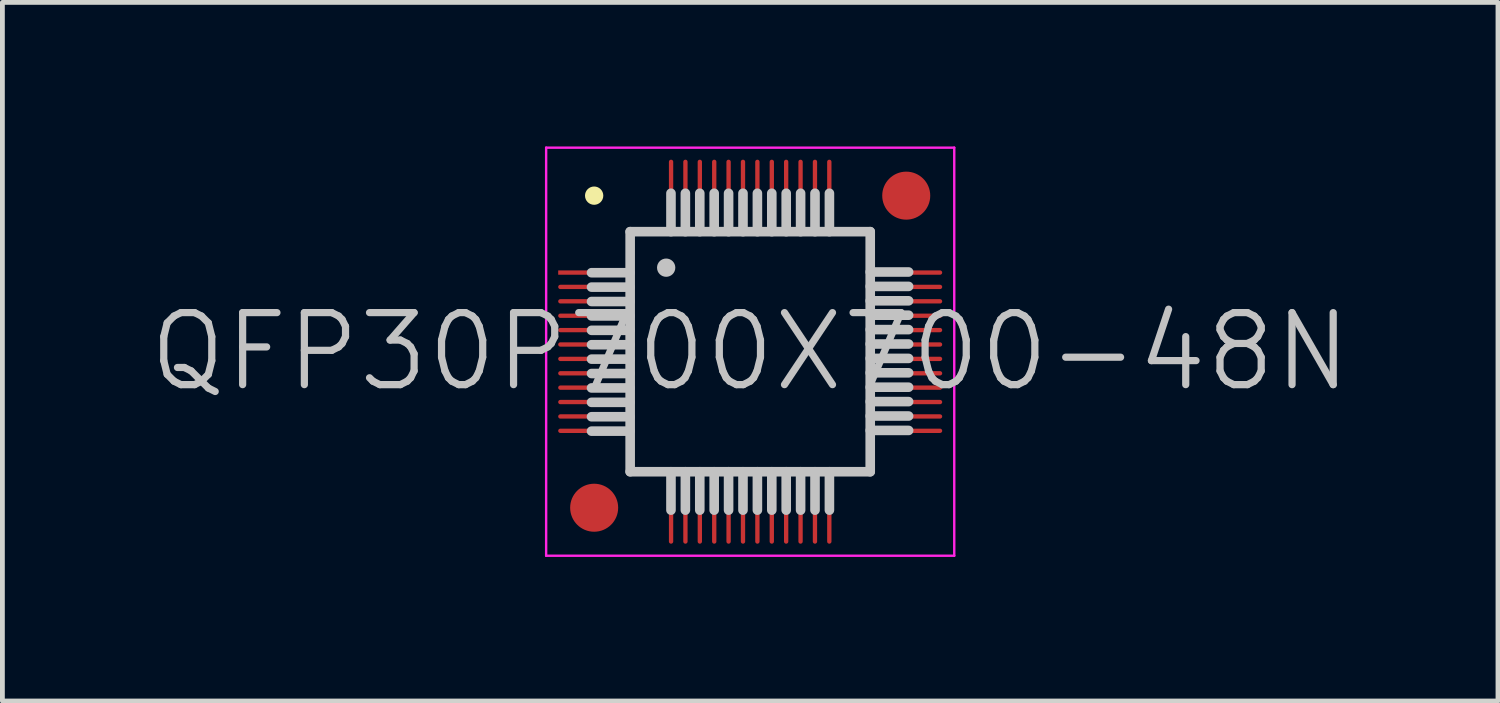
<source format=kicad_pcb>
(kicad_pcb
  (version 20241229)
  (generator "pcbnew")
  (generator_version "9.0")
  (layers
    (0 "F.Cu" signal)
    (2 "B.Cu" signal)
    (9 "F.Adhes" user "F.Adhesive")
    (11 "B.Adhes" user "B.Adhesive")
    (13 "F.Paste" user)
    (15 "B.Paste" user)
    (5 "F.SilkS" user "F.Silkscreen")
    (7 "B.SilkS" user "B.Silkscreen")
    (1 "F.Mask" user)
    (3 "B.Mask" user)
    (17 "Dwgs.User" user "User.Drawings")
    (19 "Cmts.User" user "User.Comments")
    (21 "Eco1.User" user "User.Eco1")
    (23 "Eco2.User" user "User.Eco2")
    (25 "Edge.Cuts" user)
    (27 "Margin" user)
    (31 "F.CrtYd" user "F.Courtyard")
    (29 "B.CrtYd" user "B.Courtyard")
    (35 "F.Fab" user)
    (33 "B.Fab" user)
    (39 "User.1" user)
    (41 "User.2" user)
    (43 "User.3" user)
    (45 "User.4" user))
  (footprint "QFP30P700X700-48N"
    (layer "F.Cu")
    (at 12.575 4.275)
    (property "Reference" "QFP30P700X700-48N" (at 0 0 0) (layer "Dwgs.User") (effects (font (size 1.5 1.5) (thickness 0.15))))
    (attr smd)
    (fp_line (start -3.25 -3.25) (end -3.25 -3.25) (stroke (width 0.381) (type solid)) (layer "F.SilkS"))
    (fp_line (start -2.505 -1.645) (end -3.305 -1.645) (stroke (width 0.2) (type solid)) (layer "Dwgs.User"))
    (fp_line (start -2.505 -1.345) (end -3.305 -1.345) (stroke (width 0.2) (type solid)) (layer "Dwgs.User"))
    (fp_line (start -2.505 -1.045) (end -3.305 -1.045) (stroke (width 0.2) (type solid)) (layer "Dwgs.User"))
    (fp_line (start -2.505 -0.745) (end -3.305 -0.745) (stroke (width 0.2) (type solid)) (layer "Dwgs.User"))
    (fp_line (start -2.505 -0.445) (end -3.305 -0.445) (stroke (width 0.2) (type solid)) (layer "Dwgs.User"))
    (fp_line (start -2.505 -0.145) (end -3.305 -0.145) (stroke (width 0.2) (type solid)) (layer "Dwgs.User"))
    (fp_line (start -2.505 0.155) (end -3.305 0.155) (stroke (width 0.2) (type solid)) (layer "Dwgs.User"))
    (fp_line (start -2.505 0.455) (end -3.305 0.455) (stroke (width 0.2) (type solid)) (layer "Dwgs.User"))
    (fp_line (start -2.505 0.755) (end -3.305 0.755) (stroke (width 0.2) (type solid)) (layer "Dwgs.User"))
    (fp_line (start -2.505 1.055) (end -3.305 1.055) (stroke (width 0.2) (type solid)) (layer "Dwgs.User"))
    (fp_line (start -2.505 1.355) (end -3.305 1.355) (stroke (width 0.2) (type solid)) (layer "Dwgs.User"))
    (fp_line (start -2.505 1.655) (end -3.305 1.655) (stroke (width 0.2) (type solid)) (layer "Dwgs.User"))
    (fp_line (start -2.5 -2.5) (end -2.5 2.5) (stroke (width 0.2) (type solid)) (layer "Dwgs.User"))
    (fp_line (start -2.5 -2.5) (end 2.5 -2.5) (stroke (width 0.2) (type solid)) (layer "Dwgs.User"))
    (fp_line (start -2.5 2.5) (end 2.5 2.5) (stroke (width 0.2) (type solid)) (layer "Dwgs.User"))
    (fp_line (start -1.75 -1.75) (end -1.75 -1.75) (stroke (width 0.381) (type solid)) (layer "Dwgs.User"))
    (fp_line (start -1.65 -2.5) (end -1.65 -3.3) (stroke (width 0.2) (type solid)) (layer "Dwgs.User"))
    (fp_line (start -1.65 3.3) (end -1.65 2.5) (stroke (width 0.2) (type solid)) (layer "Dwgs.User"))
    (fp_line (start -1.35 -2.5) (end -1.35 -3.3) (stroke (width 0.2) (type solid)) (layer "Dwgs.User"))
    (fp_line (start -1.35 3.3) (end -1.35 2.5) (stroke (width 0.2) (type solid)) (layer "Dwgs.User"))
    (fp_line (start -1.05 -2.5) (end -1.05 -3.3) (stroke (width 0.2) (type solid)) (layer "Dwgs.User"))
    (fp_line (start -1.05 3.3) (end -1.05 2.5) (stroke (width 0.2) (type solid)) (layer "Dwgs.User"))
    (fp_line (start -0.75 -2.5) (end -0.75 -3.3) (stroke (width 0.2) (type solid)) (layer "Dwgs.User"))
    (fp_line (start -0.75 3.3) (end -0.75 2.5) (stroke (width 0.2) (type solid)) (layer "Dwgs.User"))
    (fp_line (start -0.45 -2.5) (end -0.45 -3.3) (stroke (width 0.2) (type solid)) (layer "Dwgs.User"))
    (fp_line (start -0.45 3.3) (end -0.45 2.5) (stroke (width 0.2) (type solid)) (layer "Dwgs.User"))
    (fp_line (start -0.15 -2.5) (end -0.15 -3.3) (stroke (width 0.2) (type solid)) (layer "Dwgs.User"))
    (fp_line (start -0.15 3.3) (end -0.15 2.5) (stroke (width 0.2) (type solid)) (layer "Dwgs.User"))
    (fp_line (start 0.15 -2.5) (end 0.15 -3.3) (stroke (width 0.2) (type solid)) (layer "Dwgs.User"))
    (fp_line (start 0.15 3.3) (end 0.15 2.5) (stroke (width 0.2) (type solid)) (layer "Dwgs.User"))
    (fp_line (start 0.45 -2.5) (end 0.45 -3.3) (stroke (width 0.2) (type solid)) (layer "Dwgs.User"))
    (fp_line (start 0.45 3.3) (end 0.45 2.5) (stroke (width 0.2) (type solid)) (layer "Dwgs.User"))
    (fp_line (start 0.75 -2.5) (end 0.75 -3.3) (stroke (width 0.2) (type solid)) (layer "Dwgs.User"))
    (fp_line (start 0.75 3.3) (end 0.75 2.5) (stroke (width 0.2) (type solid)) (layer "Dwgs.User"))
    (fp_line (start 1.05 -2.5) (end 1.05 -3.3) (stroke (width 0.2) (type solid)) (layer "Dwgs.User"))
    (fp_line (start 1.05 3.3) (end 1.05 2.5) (stroke (width 0.2) (type solid)) (layer "Dwgs.User"))
    (fp_line (start 1.35 -2.5) (end 1.35 -3.3) (stroke (width 0.2) (type solid)) (layer "Dwgs.User"))
    (fp_line (start 1.35 3.3) (end 1.35 2.5) (stroke (width 0.2) (type solid)) (layer "Dwgs.User"))
    (fp_line (start 1.65 -2.5) (end 1.65 -3.3) (stroke (width 0.2) (type solid)) (layer "Dwgs.User"))
    (fp_line (start 1.65 3.3) (end 1.65 2.5) (stroke (width 0.2) (type solid)) (layer "Dwgs.User"))
    (fp_line (start 2.5 -2.5) (end 2.5 2.5) (stroke (width 0.2) (type solid)) (layer "Dwgs.User"))
    (fp_line (start 3.3 -1.66) (end 2.5 -1.66) (stroke (width 0.2) (type solid)) (layer "Dwgs.User"))
    (fp_line (start 3.3 -1.36) (end 2.5 -1.36) (stroke (width 0.2) (type solid)) (layer "Dwgs.User"))
    (fp_line (start 3.3 -1.06) (end 2.5 -1.06) (stroke (width 0.2) (type solid)) (layer "Dwgs.User"))
    (fp_line (start 3.3 -0.76) (end 2.5 -0.76) (stroke (width 0.2) (type solid)) (layer "Dwgs.User"))
    (fp_line (start 3.3 -0.46) (end 2.5 -0.46) (stroke (width 0.2) (type solid)) (layer "Dwgs.User"))
    (fp_line (start 3.3 -0.16) (end 2.5 -0.16) (stroke (width 0.2) (type solid)) (layer "Dwgs.User"))
    (fp_line (start 3.3 0.14) (end 2.5 0.14) (stroke (width 0.2) (type solid)) (layer "Dwgs.User"))
    (fp_line (start 3.3 0.44) (end 2.5 0.44) (stroke (width 0.2) (type solid)) (layer "Dwgs.User"))
    (fp_line (start 3.3 0.74) (end 2.5 0.74) (stroke (width 0.2) (type solid)) (layer "Dwgs.User"))
    (fp_line (start 3.3 1.04) (end 2.5 1.04) (stroke (width 0.2) (type solid)) (layer "Dwgs.User"))
    (fp_line (start 3.3 1.34) (end 2.5 1.34) (stroke (width 0.2) (type solid)) (layer "Dwgs.User"))
    (fp_line (start 3.3 1.64) (end 2.5 1.64) (stroke (width 0.2) (type solid)) (layer "Dwgs.User"))
    (fp_line (start -4.25 -4.25) (end -4.25 4.25) (stroke (width 0.05) (type solid)) (layer "F.CrtYd"))
    (fp_line (start -4.25 -4.25) (end 4.25 -4.25) (stroke (width 0.05) (type solid)) (layer "F.CrtYd"))
    (fp_line (start -4.25 4.25) (end 4.25 4.25) (stroke (width 0.05) (type solid)) (layer "F.CrtYd"))
    (fp_line (start 4.25 -4.25) (end 4.25 4.25) (stroke (width 0.05) (type solid)) (layer "F.CrtYd"))
    (pad "" smd circle (at -3.25 3.25) (size 1 1) (layers "F.Cu" "F.Mask"))
    (pad "" smd circle (at 3.25 -3.25) (size 1 1) (layers "F.Cu" "F.Mask"))
    (pad "1" smd rect (at -3.249 -1.648 90) (size 0.09 1.5) (layers "F.Cu" "F.Mask" "F.Paste"))
    (pad "2" smd oval (at -3.249 -1.349 90) (size 0.09 1.5) (layers "F.Cu" "F.Mask" "F.Paste"))
    (pad "3" smd oval (at -3.249 -1.049 90) (size 0.09 1.5) (layers "F.Cu" "F.Mask" "F.Paste"))
    (pad "4" smd oval (at -3.249 -0.749 90) (size 0.09 1.5) (layers "F.Cu" "F.Mask" "F.Paste"))
    (pad "5" smd oval (at -3.249 -0.45 90) (size 0.09 1.5) (layers "F.Cu" "F.Mask" "F.Paste"))
    (pad "6" smd oval (at -3.249 -0.15 90) (size 0.09 1.5) (layers "F.Cu" "F.Mask" "F.Paste"))
    (pad "7" smd oval (at -3.249 0.15 90) (size 0.09 1.5) (layers "F.Cu" "F.Mask" "F.Paste"))
    (pad "8" smd oval (at -3.249 0.45 90) (size 0.09 1.5) (layers "F.Cu" "F.Mask" "F.Paste"))
    (pad "9" smd oval (at -3.249 0.749 90) (size 0.09 1.5) (layers "F.Cu" "F.Mask" "F.Paste"))
    (pad "10" smd oval (at -3.249 1.049 90) (size 0.09 1.5) (layers "F.Cu" "F.Mask" "F.Paste"))
    (pad "11" smd oval (at -3.249 1.349 90) (size 0.09 1.5) (layers "F.Cu" "F.Mask" "F.Paste"))
    (pad "12" smd oval (at -3.249 1.648 90) (size 0.09 1.5) (layers "F.Cu" "F.Mask" "F.Paste"))
    (pad "13" smd oval (at -1.648 3.249 180) (size 0.09 1.5) (layers "F.Cu" "F.Mask" "F.Paste"))
    (pad "14" smd oval (at -1.349 3.249 180) (size 0.09 1.5) (layers "F.Cu" "F.Mask" "F.Paste"))
    (pad "15" smd oval (at -1.049 3.249 180) (size 0.09 1.5) (layers "F.Cu" "F.Mask" "F.Paste"))
    (pad "16" smd oval (at -0.749 3.249 180) (size 0.09 1.5) (layers "F.Cu" "F.Mask" "F.Paste"))
    (pad "17" smd oval (at -0.45 3.249 180) (size 0.09 1.5) (layers "F.Cu" "F.Mask" "F.Paste"))
    (pad "18" smd oval (at -0.15 3.249 180) (size 0.09 1.5) (layers "F.Cu" "F.Mask" "F.Paste"))
    (pad "19" smd oval (at 0.15 3.249 180) (size 0.09 1.5) (layers "F.Cu" "F.Mask" "F.Paste"))
    (pad "20" smd oval (at 0.45 3.249 180) (size 0.09 1.5) (layers "F.Cu" "F.Mask" "F.Paste"))
    (pad "21" smd oval (at 0.749 3.249 180) (size 0.09 1.5) (layers "F.Cu" "F.Mask" "F.Paste"))
    (pad "22" smd oval (at 1.049 3.249 180) (size 0.09 1.5) (layers "F.Cu" "F.Mask" "F.Paste"))
    (pad "23" smd oval (at 1.349 3.249 180) (size 0.09 1.5) (layers "F.Cu" "F.Mask" "F.Paste"))
    (pad "24" smd oval (at 1.648 3.249 180) (size 0.09 1.5) (layers "F.Cu" "F.Mask" "F.Paste"))
    (pad "25" smd oval (at 3.249 1.648 270) (size 0.09 1.5) (layers "F.Cu" "F.Mask" "F.Paste"))
    (pad "26" smd oval (at 3.249 1.349 270) (size 0.09 1.5) (layers "F.Cu" "F.Mask" "F.Paste"))
    (pad "27" smd oval (at 3.249 1.049 270) (size 0.09 1.5) (layers "F.Cu" "F.Mask" "F.Paste"))
    (pad "28" smd oval (at 3.249 0.749 270) (size 0.09 1.5) (layers "F.Cu" "F.Mask" "F.Paste"))
    (pad "29" smd oval (at 3.249 0.45 270) (size 0.09 1.5) (layers "F.Cu" "F.Mask" "F.Paste"))
    (pad "30" smd oval (at 3.249 0.15 270) (size 0.09 1.5) (layers "F.Cu" "F.Mask" "F.Paste"))
    (pad "31" smd oval (at 3.249 -0.15 270) (size 0.09 1.5) (layers "F.Cu" "F.Mask" "F.Paste"))
    (pad "32" smd oval (at 3.249 -0.45 270) (size 0.09 1.5) (layers "F.Cu" "F.Mask" "F.Paste"))
    (pad "33" smd oval (at 3.249 -0.749 270) (size 0.09 1.5) (layers "F.Cu" "F.Mask" "F.Paste"))
    (pad "34" smd oval (at 3.249 -1.049 270) (size 0.09 1.5) (layers "F.Cu" "F.Mask" "F.Paste"))
    (pad "35" smd oval (at 3.249 -1.349 270) (size 0.09 1.5) (layers "F.Cu" "F.Mask" "F.Paste"))
    (pad "36" smd oval (at 3.249 -1.648 270) (size 0.09 1.5) (layers "F.Cu" "F.Mask" "F.Paste"))
    (pad "37" smd oval (at 1.648 -3.249) (size 0.09 1.5) (layers "F.Cu" "F.Mask" "F.Paste"))
    (pad "38" smd oval (at 1.349 -3.249) (size 0.09 1.5) (layers "F.Cu" "F.Mask" "F.Paste"))
    (pad "39" smd oval (at 1.049 -3.249) (size 0.09 1.5) (layers "F.Cu" "F.Mask" "F.Paste"))
    (pad "40" smd oval (at 0.749 -3.249) (size 0.09 1.5) (layers "F.Cu" "F.Mask" "F.Paste"))
    (pad "41" smd oval (at 0.45 -3.249) (size 0.09 1.5) (layers "F.Cu" "F.Mask" "F.Paste"))
    (pad "42" smd oval (at 0.15 -3.249) (size 0.09 1.5) (layers "F.Cu" "F.Mask" "F.Paste"))
    (pad "43" smd oval (at -0.15 -3.249) (size 0.09 1.5) (layers "F.Cu" "F.Mask" "F.Paste"))
    (pad "44" smd oval (at -0.45 -3.249) (size 0.09 1.5) (layers "F.Cu" "F.Mask" "F.Paste"))
    (pad "45" smd oval (at -0.749 -3.249) (size 0.09 1.5) (layers "F.Cu" "F.Mask" "F.Paste"))
    (pad "46" smd oval (at -1.049 -3.249) (size 0.09 1.5) (layers "F.Cu" "F.Mask" "F.Paste"))
    (pad "47" smd oval (at -1.349 -3.249) (size 0.09 1.5) (layers "F.Cu" "F.Mask" "F.Paste"))
    (pad "48" smd oval (at -1.648 -3.249) (size 0.09 1.5) (layers "F.Cu" "F.Mask" "F.Paste")))
  (gr_rect
    (start -3 -3)
    (end 28.15 11.55)
    (stroke (width 0.1) (type default))
    (fill no)
    (layer "Edge.Cuts")))
</source>
